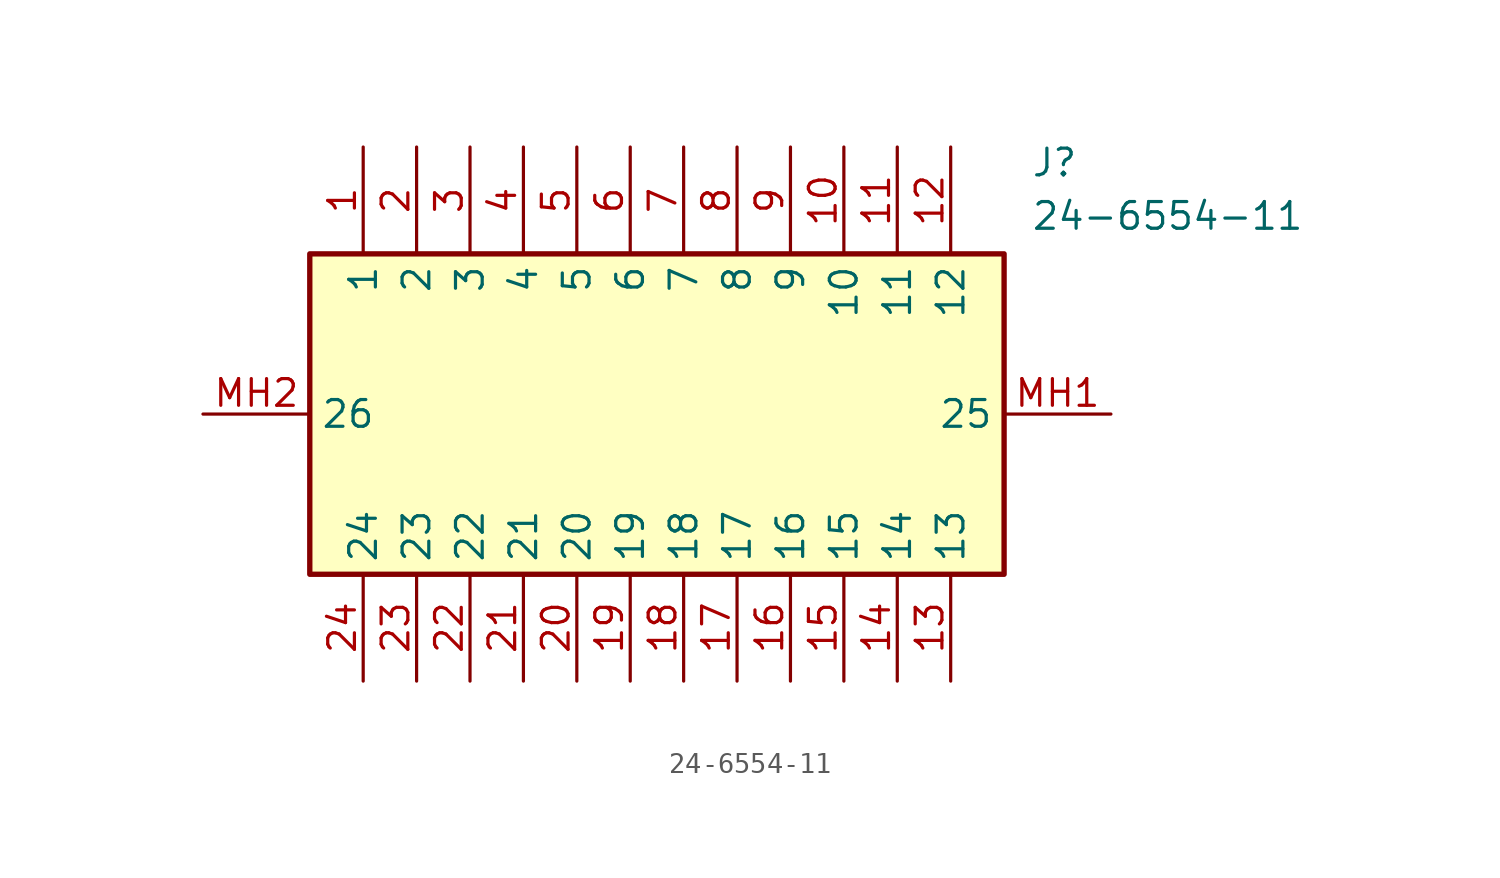
<source format=kicad_sym>
(kicad_symbol_lib
  (version 20220914)
  (generator kicad_symbol_editor)
  (symbol "24-6554-11"
    (property "Reference" "J"
      (at 39.37 12.7 0)
      (effects (font (size 1.27 1.27)) (justify left top)))
    (property "Value" "24-6554-11"
      (at 39.37 10.16 0)
      (effects (font (size 1.27 1.27)) (justify left top)))
    (symbol "24-6554-11_1_1"
      (rectangle (start 5.08 7.62) (end 38.1 -7.62) (stroke (width 0.254) (type default)) (fill (type background)))
      (pin passive line (at 7.62 12.7 270) (length 5.08) (name "1" (effects (font (size 1.27 1.27)))) (number "1" (effects (font (size 1.27 1.27)))))
      (pin passive line (at 30.48 12.7 270) (length 5.08) (name "10" (effects (font (size 1.27 1.27)))) (number "10" (effects (font (size 1.27 1.27)))))
      (pin passive line (at 33.02 12.7 270) (length 5.08) (name "11" (effects (font (size 1.27 1.27)))) (number "11" (effects (font (size 1.27 1.27)))))
      (pin passive line (at 35.56 12.7 270) (length 5.08) (name "12" (effects (font (size 1.27 1.27)))) (number "12" (effects (font (size 1.27 1.27)))))
      (pin passive line (at 35.56 -12.7 90) (length 5.08) (name "13" (effects (font (size 1.27 1.27)))) (number "13" (effects (font (size 1.27 1.27)))))
      (pin passive line (at 33.02 -12.7 90) (length 5.08) (name "14" (effects (font (size 1.27 1.27)))) (number "14" (effects (font (size 1.27 1.27)))))
      (pin passive line (at 30.48 -12.7 90) (length 5.08) (name "15" (effects (font (size 1.27 1.27)))) (number "15" (effects (font (size 1.27 1.27)))))
      (pin passive line (at 27.94 -12.7 90) (length 5.08) (name "16" (effects (font (size 1.27 1.27)))) (number "16" (effects (font (size 1.27 1.27)))))
      (pin passive line (at 25.4 -12.7 90) (length 5.08) (name "17" (effects (font (size 1.27 1.27)))) (number "17" (effects (font (size 1.27 1.27)))))
      (pin passive line (at 22.86 -12.7 90) (length 5.08) (name "18" (effects (font (size 1.27 1.27)))) (number "18" (effects (font (size 1.27 1.27)))))
      (pin passive line (at 20.32 -12.7 90) (length 5.08) (name "19" (effects (font (size 1.27 1.27)))) (number "19" (effects (font (size 1.27 1.27)))))
      (pin passive line (at 10.16 12.7 270) (length 5.08) (name "2" (effects (font (size 1.27 1.27)))) (number "2" (effects (font (size 1.27 1.27)))))
      (pin passive line (at 17.78 -12.7 90) (length 5.08) (name "20" (effects (font (size 1.27 1.27)))) (number "20" (effects (font (size 1.27 1.27)))))
      (pin passive line (at 15.24 -12.7 90) (length 5.08) (name "21" (effects (font (size 1.27 1.27)))) (number "21" (effects (font (size 1.27 1.27)))))
      (pin passive line (at 12.7 -12.7 90) (length 5.08) (name "22" (effects (font (size 1.27 1.27)))) (number "22" (effects (font (size 1.27 1.27)))))
      (pin passive line (at 10.16 -12.7 90) (length 5.08) (name "23" (effects (font (size 1.27 1.27)))) (number "23" (effects (font (size 1.27 1.27)))))
      (pin passive line (at 7.62 -12.7 90) (length 5.08) (name "24" (effects (font (size 1.27 1.27)))) (number "24" (effects (font (size 1.27 1.27)))))
      (pin passive line (at 12.7 12.7 270) (length 5.08) (name "3" (effects (font (size 1.27 1.27)))) (number "3" (effects (font (size 1.27 1.27)))))
      (pin passive line (at 15.24 12.7 270) (length 5.08) (name "4" (effects (font (size 1.27 1.27)))) (number "4" (effects (font (size 1.27 1.27)))))
      (pin passive line (at 17.78 12.7 270) (length 5.08) (name "5" (effects (font (size 1.27 1.27)))) (number "5" (effects (font (size 1.27 1.27)))))
      (pin passive line (at 20.32 12.7 270) (length 5.08) (name "6" (effects (font (size 1.27 1.27)))) (number "6" (effects (font (size 1.27 1.27)))))
      (pin passive line (at 22.86 12.7 270) (length 5.08) (name "7" (effects (font (size 1.27 1.27)))) (number "7" (effects (font (size 1.27 1.27)))))
      (pin passive line (at 25.4 12.7 270) (length 5.08) (name "8" (effects (font (size 1.27 1.27)))) (number "8" (effects (font (size 1.27 1.27)))))
      (pin passive line (at 27.94 12.7 270) (length 5.08) (name "9" (effects (font (size 1.27 1.27)))) (number "9" (effects (font (size 1.27 1.27)))))
      (pin passive line (at 43.18 0 180) (length 5.08) (name "25" (effects (font (size 1.27 1.27)))) (number "MH1" (effects (font (size 1.27 1.27)))))
      (pin passive line (at 0 0 0) (length 5.08) (name "26" (effects (font (size 1.27 1.27)))) (number "MH2" (effects (font (size 1.27 1.27))))))))
</source>
